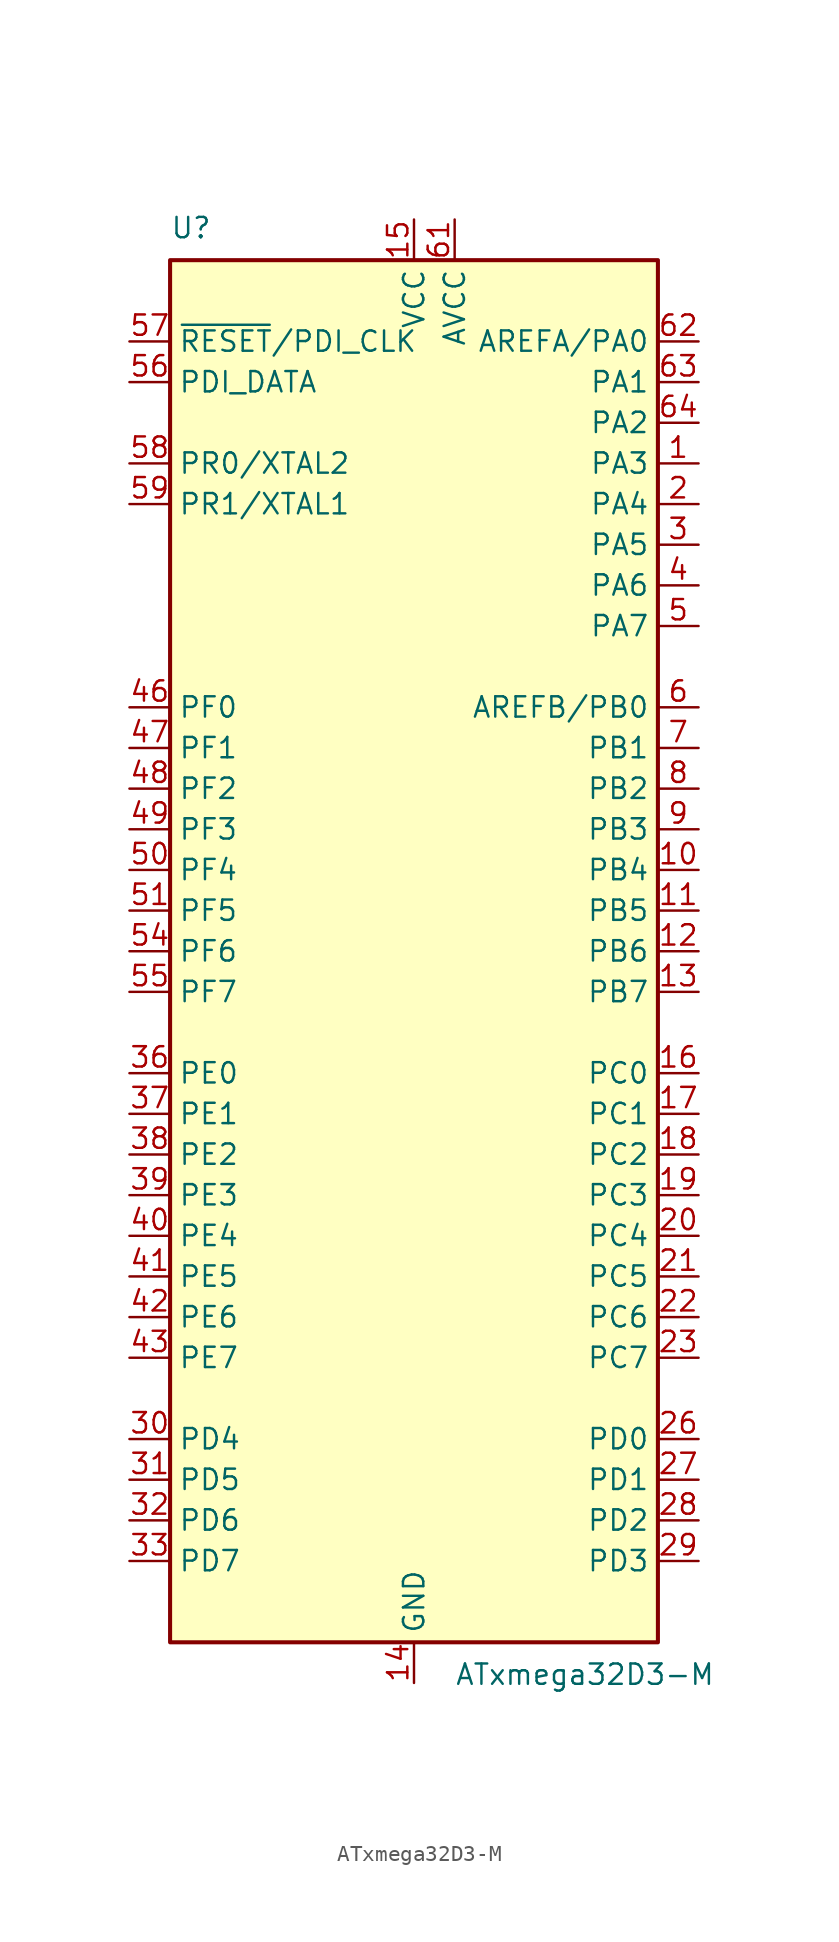
<source format=kicad_sym>
(kicad_symbol_lib
  (version 20241209)
  (generator "kicad_symbol_editor")
  (generator_version "9.0")
  (symbol "ATxmega32D3-M"
    (property "Reference" "U"
      (at -15.24 44.45 0)
      (effects (font (size 1.27 1.27)) (justify left bottom)))
    (property "Value" "ATxmega32D3-M"
      (at 2.54 -44.45 0)
      (effects (font (size 1.27 1.27)) (justify left top)))
    (symbol "ATxmega32D3-M_0_1"
      (rectangle (start -15.24 -43.18) (end 15.24 43.18) (stroke (width 0.254) (type default)) (fill (type background))))
    (symbol "ATxmega32D3-M_1_1"
      (pin input line (at -17.78 38.1 0) (length 2.54) (name "~{RESET}/PDI_CLK" (effects (font (size 1.27 1.27)))) (number "57" (effects (font (size 1.27 1.27)))))
      (pin bidirectional line (at -17.78 35.56 0) (length 2.54) (name "PDI_DATA" (effects (font (size 1.27 1.27)))) (number "56" (effects (font (size 1.27 1.27)))))
      (pin bidirectional line (at -17.78 30.48 0) (length 2.54) (name "PR0/XTAL2" (effects (font (size 1.27 1.27)))) (number "58" (effects (font (size 1.27 1.27)))))
      (pin bidirectional line (at -17.78 27.94 0) (length 2.54) (name "PR1/XTAL1" (effects (font (size 1.27 1.27)))) (number "59" (effects (font (size 1.27 1.27)))))
      (pin bidirectional line (at -17.78 15.24 0) (length 2.54) (name "PF0" (effects (font (size 1.27 1.27)))) (number "46" (effects (font (size 1.27 1.27)))))
      (pin bidirectional line (at -17.78 12.7 0) (length 2.54) (name "PF1" (effects (font (size 1.27 1.27)))) (number "47" (effects (font (size 1.27 1.27)))))
      (pin bidirectional line (at -17.78 10.16 0) (length 2.54) (name "PF2" (effects (font (size 1.27 1.27)))) (number "48" (effects (font (size 1.27 1.27)))))
      (pin bidirectional line (at -17.78 7.62 0) (length 2.54) (name "PF3" (effects (font (size 1.27 1.27)))) (number "49" (effects (font (size 1.27 1.27)))))
      (pin bidirectional line (at -17.78 5.08 0) (length 2.54) (name "PF4" (effects (font (size 1.27 1.27)))) (number "50" (effects (font (size 1.27 1.27)))))
      (pin bidirectional line (at -17.78 2.54 0) (length 2.54) (name "PF5" (effects (font (size 1.27 1.27)))) (number "51" (effects (font (size 1.27 1.27)))))
      (pin bidirectional line (at -17.78 0 0) (length 2.54) (name "PF6" (effects (font (size 1.27 1.27)))) (number "54" (effects (font (size 1.27 1.27)))))
      (pin bidirectional line (at -17.78 -2.54 0) (length 2.54) (name "PF7" (effects (font (size 1.27 1.27)))) (number "55" (effects (font (size 1.27 1.27)))))
      (pin bidirectional line (at -17.78 -7.62 0) (length 2.54) (name "PE0" (effects (font (size 1.27 1.27)))) (number "36" (effects (font (size 1.27 1.27)))))
      (pin bidirectional line (at -17.78 -10.16 0) (length 2.54) (name "PE1" (effects (font (size 1.27 1.27)))) (number "37" (effects (font (size 1.27 1.27)))))
      (pin bidirectional line (at -17.78 -12.7 0) (length 2.54) (name "PE2" (effects (font (size 1.27 1.27)))) (number "38" (effects (font (size 1.27 1.27)))))
      (pin bidirectional line (at -17.78 -15.24 0) (length 2.54) (name "PE3" (effects (font (size 1.27 1.27)))) (number "39" (effects (font (size 1.27 1.27)))))
      (pin bidirectional line (at -17.78 -17.78 0) (length 2.54) (name "PE4" (effects (font (size 1.27 1.27)))) (number "40" (effects (font (size 1.27 1.27)))))
      (pin bidirectional line (at -17.78 -20.32 0) (length 2.54) (name "PE5" (effects (font (size 1.27 1.27)))) (number "41" (effects (font (size 1.27 1.27)))))
      (pin bidirectional line (at -17.78 -22.86 0) (length 2.54) (name "PE6" (effects (font (size 1.27 1.27)))) (number "42" (effects (font (size 1.27 1.27)))))
      (pin bidirectional line (at -17.78 -25.4 0) (length 2.54) (name "PE7" (effects (font (size 1.27 1.27)))) (number "43" (effects (font (size 1.27 1.27)))))
      (pin bidirectional line (at -17.78 -30.48 0) (length 2.54) (name "PD4" (effects (font (size 1.27 1.27)))) (number "30" (effects (font (size 1.27 1.27)))))
      (pin bidirectional line (at -17.78 -33.02 0) (length 2.54) (name "PD5" (effects (font (size 1.27 1.27)))) (number "31" (effects (font (size 1.27 1.27)))))
      (pin bidirectional line (at -17.78 -35.56 0) (length 2.54) (name "PD6" (effects (font (size 1.27 1.27)))) (number "32" (effects (font (size 1.27 1.27)))))
      (pin bidirectional line (at -17.78 -38.1 0) (length 2.54) (name "PD7" (effects (font (size 1.27 1.27)))) (number "33" (effects (font (size 1.27 1.27)))))
      (pin power_in line (at 0 45.72 270) (length 2.54) (name "VCC" (effects (font (size 1.27 1.27)))) (number "15" (effects (font (size 1.27 1.27)))))
      (pin passive line (at 0 45.72 270) (length 2.54) (hide yes) (name "VCC" (effects (font (size 1.27 1.27)))) (number "25" (effects (font (size 1.27 1.27)))))
      (pin passive line (at 0 45.72 270) (length 2.54) (hide yes) (name "VCC" (effects (font (size 1.27 1.27)))) (number "35" (effects (font (size 1.27 1.27)))))
      (pin passive line (at 0 45.72 270) (length 2.54) (hide yes) (name "VCC" (effects (font (size 1.27 1.27)))) (number "45" (effects (font (size 1.27 1.27)))))
      (pin passive line (at 0 45.72 270) (length 2.54) (hide yes) (name "VCC" (effects (font (size 1.27 1.27)))) (number "53" (effects (font (size 1.27 1.27)))))
      (pin power_in line (at 0 -45.72 90) (length 2.54) (name "GND" (effects (font (size 1.27 1.27)))) (number "14" (effects (font (size 1.27 1.27)))))
      (pin passive line (at 0 -45.72 90) (length 2.54) (hide yes) (name "GND" (effects (font (size 1.27 1.27)))) (number "24" (effects (font (size 1.27 1.27)))))
      (pin passive line (at 0 -45.72 90) (length 2.54) (hide yes) (name "GND" (effects (font (size 1.27 1.27)))) (number "34" (effects (font (size 1.27 1.27)))))
      (pin passive line (at 0 -45.72 90) (length 2.54) (hide yes) (name "GND" (effects (font (size 1.27 1.27)))) (number "44" (effects (font (size 1.27 1.27)))))
      (pin passive line (at 0 -45.72 90) (length 2.54) (hide yes) (name "GND" (effects (font (size 1.27 1.27)))) (number "52" (effects (font (size 1.27 1.27)))))
      (pin passive line (at 0 -45.72 90) (length 2.54) (hide yes) (name "GND" (effects (font (size 1.27 1.27)))) (number "60" (effects (font (size 1.27 1.27)))))
      (pin passive line (at 0 -45.72 90) (length 2.54) (hide yes) (name "GND" (effects (font (size 1.27 1.27)))) (number "65" (effects (font (size 1.27 1.27)))))
      (pin power_in line (at 2.54 45.72 270) (length 2.54) (name "AVCC" (effects (font (size 1.27 1.27)))) (number "61" (effects (font (size 1.27 1.27)))))
      (pin bidirectional line (at 17.78 38.1 180) (length 2.54) (name "AREFA/PA0" (effects (font (size 1.27 1.27)))) (number "62" (effects (font (size 1.27 1.27)))))
      (pin bidirectional line (at 17.78 35.56 180) (length 2.54) (name "PA1" (effects (font (size 1.27 1.27)))) (number "63" (effects (font (size 1.27 1.27)))))
      (pin bidirectional line (at 17.78 33.02 180) (length 2.54) (name "PA2" (effects (font (size 1.27 1.27)))) (number "64" (effects (font (size 1.27 1.27)))))
      (pin bidirectional line (at 17.78 30.48 180) (length 2.54) (name "PA3" (effects (font (size 1.27 1.27)))) (number "1" (effects (font (size 1.27 1.27)))))
      (pin bidirectional line (at 17.78 27.94 180) (length 2.54) (name "PA4" (effects (font (size 1.27 1.27)))) (number "2" (effects (font (size 1.27 1.27)))))
      (pin bidirectional line (at 17.78 25.4 180) (length 2.54) (name "PA5" (effects (font (size 1.27 1.27)))) (number "3" (effects (font (size 1.27 1.27)))))
      (pin bidirectional line (at 17.78 22.86 180) (length 2.54) (name "PA6" (effects (font (size 1.27 1.27)))) (number "4" (effects (font (size 1.27 1.27)))))
      (pin bidirectional line (at 17.78 20.32 180) (length 2.54) (name "PA7" (effects (font (size 1.27 1.27)))) (number "5" (effects (font (size 1.27 1.27)))))
      (pin bidirectional line (at 17.78 15.24 180) (length 2.54) (name "AREFB/PB0" (effects (font (size 1.27 1.27)))) (number "6" (effects (font (size 1.27 1.27)))))
      (pin bidirectional line (at 17.78 12.7 180) (length 2.54) (name "PB1" (effects (font (size 1.27 1.27)))) (number "7" (effects (font (size 1.27 1.27)))))
      (pin bidirectional line (at 17.78 10.16 180) (length 2.54) (name "PB2" (effects (font (size 1.27 1.27)))) (number "8" (effects (font (size 1.27 1.27)))))
      (pin bidirectional line (at 17.78 7.62 180) (length 2.54) (name "PB3" (effects (font (size 1.27 1.27)))) (number "9" (effects (font (size 1.27 1.27)))))
      (pin bidirectional line (at 17.78 5.08 180) (length 2.54) (name "PB4" (effects (font (size 1.27 1.27)))) (number "10" (effects (font (size 1.27 1.27)))))
      (pin bidirectional line (at 17.78 2.54 180) (length 2.54) (name "PB5" (effects (font (size 1.27 1.27)))) (number "11" (effects (font (size 1.27 1.27)))))
      (pin bidirectional line (at 17.78 0 180) (length 2.54) (name "PB6" (effects (font (size 1.27 1.27)))) (number "12" (effects (font (size 1.27 1.27)))))
      (pin bidirectional line (at 17.78 -2.54 180) (length 2.54) (name "PB7" (effects (font (size 1.27 1.27)))) (number "13" (effects (font (size 1.27 1.27)))))
      (pin bidirectional line (at 17.78 -7.62 180) (length 2.54) (name "PC0" (effects (font (size 1.27 1.27)))) (number "16" (effects (font (size 1.27 1.27)))))
      (pin bidirectional line (at 17.78 -10.16 180) (length 2.54) (name "PC1" (effects (font (size 1.27 1.27)))) (number "17" (effects (font (size 1.27 1.27)))))
      (pin bidirectional line (at 17.78 -12.7 180) (length 2.54) (name "PC2" (effects (font (size 1.27 1.27)))) (number "18" (effects (font (size 1.27 1.27)))))
      (pin bidirectional line (at 17.78 -15.24 180) (length 2.54) (name "PC3" (effects (font (size 1.27 1.27)))) (number "19" (effects (font (size 1.27 1.27)))))
      (pin bidirectional line (at 17.78 -17.78 180) (length 2.54) (name "PC4" (effects (font (size 1.27 1.27)))) (number "20" (effects (font (size 1.27 1.27)))))
      (pin bidirectional line (at 17.78 -20.32 180) (length 2.54) (name "PC5" (effects (font (size 1.27 1.27)))) (number "21" (effects (font (size 1.27 1.27)))))
      (pin bidirectional line (at 17.78 -22.86 180) (length 2.54) (name "PC6" (effects (font (size 1.27 1.27)))) (number "22" (effects (font (size 1.27 1.27)))))
      (pin bidirectional line (at 17.78 -25.4 180) (length 2.54) (name "PC7" (effects (font (size 1.27 1.27)))) (number "23" (effects (font (size 1.27 1.27)))))
      (pin bidirectional line (at 17.78 -30.48 180) (length 2.54) (name "PD0" (effects (font (size 1.27 1.27)))) (number "26" (effects (font (size 1.27 1.27)))))
      (pin bidirectional line (at 17.78 -33.02 180) (length 2.54) (name "PD1" (effects (font (size 1.27 1.27)))) (number "27" (effects (font (size 1.27 1.27)))))
      (pin bidirectional line (at 17.78 -35.56 180) (length 2.54) (name "PD2" (effects (font (size 1.27 1.27)))) (number "28" (effects (font (size 1.27 1.27)))))
      (pin bidirectional line (at 17.78 -38.1 180) (length 2.54) (name "PD3" (effects (font (size 1.27 1.27)))) (number "29" (effects (font (size 1.27 1.27))))))))
</source>
